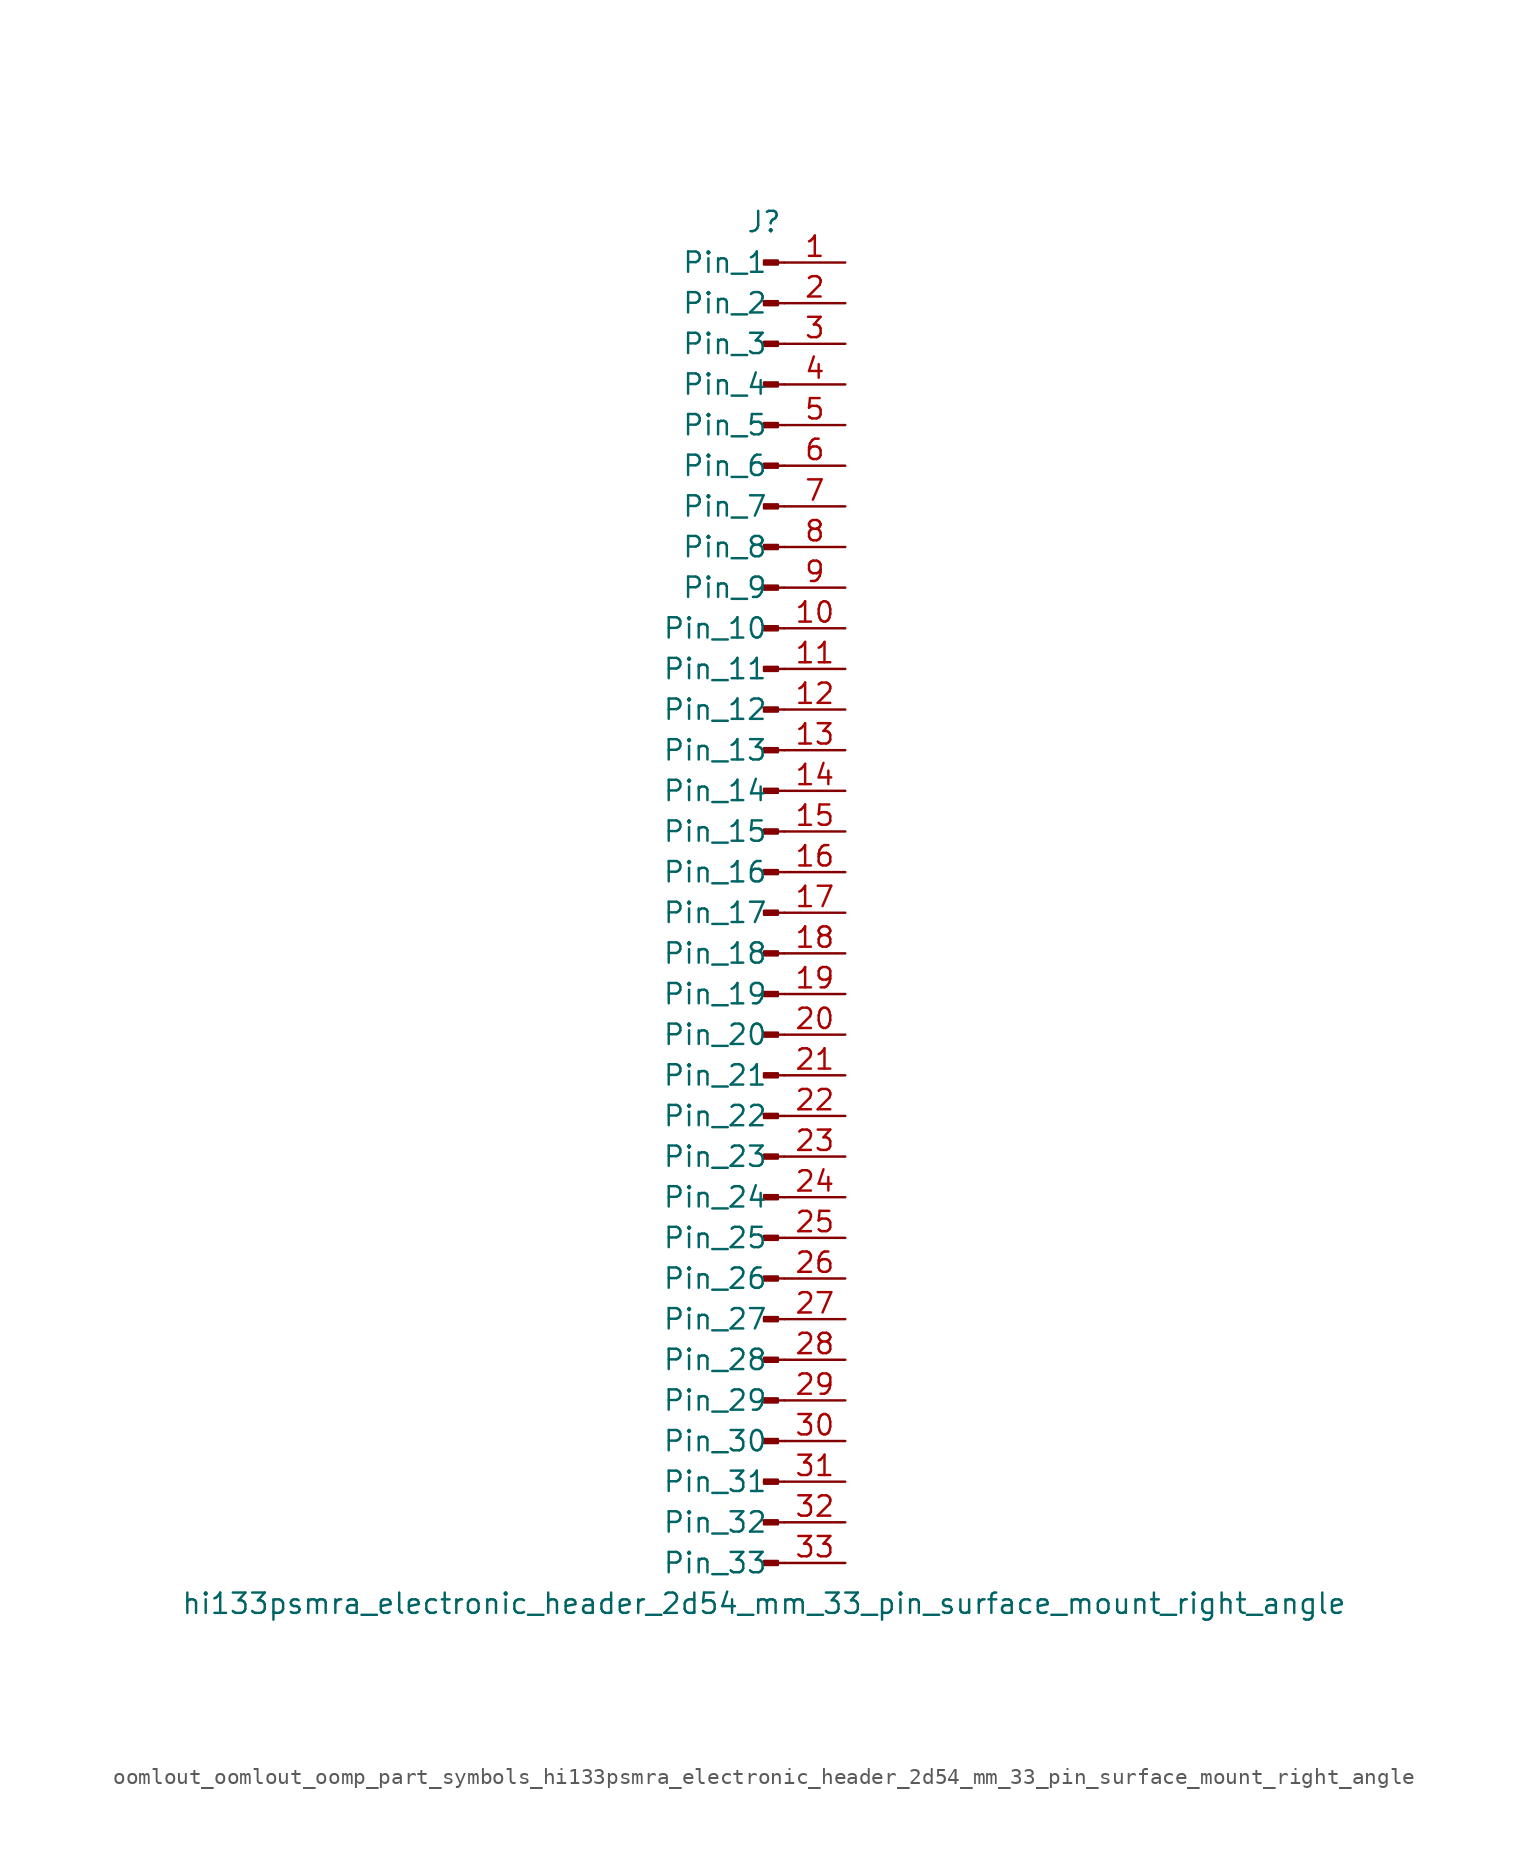
<source format=kicad_sym>
(kicad_symbol_lib
  (version 20220914)
  (generator kicad_symbol_editor)
  (symbol "oomlout_oomlout_oomp_part_symbols_hi133psmra_electronic_header_2d54_mm_33_pin_surface_mount_right_angle"
    (pin_names
      (offset 1.016))
    (property "Reference" "J"
      (at 0 43.18 0)
      (effects (font (size 1.27 1.27))))
    (property "Value" "hi133psmra_electronic_header_2d54_mm_33_pin_surface_mount_right_angle"
      (at 0 -43.18 0)
      (effects (font (size 1.27 1.27))))
    (property "ki_locked" ""
      (at 0 0 0)
      (effects (font (size 1.27 1.27))))
    (symbol "oomlout_oomlout_oomp_part_symbols_hi133psmra_electronic_header_2d54_mm_33_pin_surface_mount_right_angle_1_1"
      (polyline (pts (xy 1.27 -40.64) (xy 0.864 -40.64)) (stroke (width 0.152) (type default)) (fill (type none)))
      (polyline (pts (xy 1.27 -38.1) (xy 0.864 -38.1)) (stroke (width 0.152) (type default)) (fill (type none)))
      (polyline (pts (xy 1.27 -35.56) (xy 0.864 -35.56)) (stroke (width 0.152) (type default)) (fill (type none)))
      (polyline (pts (xy 1.27 -33.02) (xy 0.864 -33.02)) (stroke (width 0.152) (type default)) (fill (type none)))
      (polyline (pts (xy 1.27 -30.48) (xy 0.864 -30.48)) (stroke (width 0.152) (type default)) (fill (type none)))
      (polyline (pts (xy 1.27 -27.94) (xy 0.864 -27.94)) (stroke (width 0.152) (type default)) (fill (type none)))
      (polyline (pts (xy 1.27 -25.4) (xy 0.864 -25.4)) (stroke (width 0.152) (type default)) (fill (type none)))
      (polyline (pts (xy 1.27 -22.86) (xy 0.864 -22.86)) (stroke (width 0.152) (type default)) (fill (type none)))
      (polyline (pts (xy 1.27 -20.32) (xy 0.864 -20.32)) (stroke (width 0.152) (type default)) (fill (type none)))
      (polyline (pts (xy 1.27 -17.78) (xy 0.864 -17.78)) (stroke (width 0.152) (type default)) (fill (type none)))
      (polyline (pts (xy 1.27 -15.24) (xy 0.864 -15.24)) (stroke (width 0.152) (type default)) (fill (type none)))
      (polyline (pts (xy 1.27 -12.7) (xy 0.864 -12.7)) (stroke (width 0.152) (type default)) (fill (type none)))
      (polyline (pts (xy 1.27 -10.16) (xy 0.864 -10.16)) (stroke (width 0.152) (type default)) (fill (type none)))
      (polyline (pts (xy 1.27 -7.62) (xy 0.864 -7.62)) (stroke (width 0.152) (type default)) (fill (type none)))
      (polyline (pts (xy 1.27 -5.08) (xy 0.864 -5.08)) (stroke (width 0.152) (type default)) (fill (type none)))
      (polyline (pts (xy 1.27 -2.54) (xy 0.864 -2.54)) (stroke (width 0.152) (type default)) (fill (type none)))
      (polyline (pts (xy 1.27 0) (xy 0.864 0)) (stroke (width 0.152) (type default)) (fill (type none)))
      (polyline (pts (xy 1.27 2.54) (xy 0.864 2.54)) (stroke (width 0.152) (type default)) (fill (type none)))
      (polyline (pts (xy 1.27 5.08) (xy 0.864 5.08)) (stroke (width 0.152) (type default)) (fill (type none)))
      (polyline (pts (xy 1.27 7.62) (xy 0.864 7.62)) (stroke (width 0.152) (type default)) (fill (type none)))
      (polyline (pts (xy 1.27 10.16) (xy 0.864 10.16)) (stroke (width 0.152) (type default)) (fill (type none)))
      (polyline (pts (xy 1.27 12.7) (xy 0.864 12.7)) (stroke (width 0.152) (type default)) (fill (type none)))
      (polyline (pts (xy 1.27 15.24) (xy 0.864 15.24)) (stroke (width 0.152) (type default)) (fill (type none)))
      (polyline (pts (xy 1.27 17.78) (xy 0.864 17.78)) (stroke (width 0.152) (type default)) (fill (type none)))
      (polyline (pts (xy 1.27 20.32) (xy 0.864 20.32)) (stroke (width 0.152) (type default)) (fill (type none)))
      (polyline (pts (xy 1.27 22.86) (xy 0.864 22.86)) (stroke (width 0.152) (type default)) (fill (type none)))
      (polyline (pts (xy 1.27 25.4) (xy 0.864 25.4)) (stroke (width 0.152) (type default)) (fill (type none)))
      (polyline (pts (xy 1.27 27.94) (xy 0.864 27.94)) (stroke (width 0.152) (type default)) (fill (type none)))
      (polyline (pts (xy 1.27 30.48) (xy 0.864 30.48)) (stroke (width 0.152) (type default)) (fill (type none)))
      (polyline (pts (xy 1.27 33.02) (xy 0.864 33.02)) (stroke (width 0.152) (type default)) (fill (type none)))
      (polyline (pts (xy 1.27 35.56) (xy 0.864 35.56)) (stroke (width 0.152) (type default)) (fill (type none)))
      (polyline (pts (xy 1.27 38.1) (xy 0.864 38.1)) (stroke (width 0.152) (type default)) (fill (type none)))
      (polyline (pts (xy 1.27 40.64) (xy 0.864 40.64)) (stroke (width 0.152) (type default)) (fill (type none)))
      (rectangle (start 0.864 -40.513) (end 0 -40.767) (stroke (width 0.152) (type default)) (fill (type outline)))
      (rectangle (start 0.864 -37.973) (end 0 -38.227) (stroke (width 0.152) (type default)) (fill (type outline)))
      (rectangle (start 0.864 -35.433) (end 0 -35.687) (stroke (width 0.152) (type default)) (fill (type outline)))
      (rectangle (start 0.864 -32.893) (end 0 -33.147) (stroke (width 0.152) (type default)) (fill (type outline)))
      (rectangle (start 0.864 -30.353) (end 0 -30.607) (stroke (width 0.152) (type default)) (fill (type outline)))
      (rectangle (start 0.864 -27.813) (end 0 -28.067) (stroke (width 0.152) (type default)) (fill (type outline)))
      (rectangle (start 0.864 -25.273) (end 0 -25.527) (stroke (width 0.152) (type default)) (fill (type outline)))
      (rectangle (start 0.864 -22.733) (end 0 -22.987) (stroke (width 0.152) (type default)) (fill (type outline)))
      (rectangle (start 0.864 -20.193) (end 0 -20.447) (stroke (width 0.152) (type default)) (fill (type outline)))
      (rectangle (start 0.864 -17.653) (end 0 -17.907) (stroke (width 0.152) (type default)) (fill (type outline)))
      (rectangle (start 0.864 -15.113) (end 0 -15.367) (stroke (width 0.152) (type default)) (fill (type outline)))
      (rectangle (start 0.864 -12.573) (end 0 -12.827) (stroke (width 0.152) (type default)) (fill (type outline)))
      (rectangle (start 0.864 -10.033) (end 0 -10.287) (stroke (width 0.152) (type default)) (fill (type outline)))
      (rectangle (start 0.864 -7.493) (end 0 -7.747) (stroke (width 0.152) (type default)) (fill (type outline)))
      (rectangle (start 0.864 -4.953) (end 0 -5.207) (stroke (width 0.152) (type default)) (fill (type outline)))
      (rectangle (start 0.864 -2.413) (end 0 -2.667) (stroke (width 0.152) (type default)) (fill (type outline)))
      (rectangle (start 0.864 0.127) (end 0 -0.127) (stroke (width 0.152) (type default)) (fill (type outline)))
      (rectangle (start 0.864 2.667) (end 0 2.413) (stroke (width 0.152) (type default)) (fill (type outline)))
      (rectangle (start 0.864 5.207) (end 0 4.953) (stroke (width 0.152) (type default)) (fill (type outline)))
      (rectangle (start 0.864 7.747) (end 0 7.493) (stroke (width 0.152) (type default)) (fill (type outline)))
      (rectangle (start 0.864 10.287) (end 0 10.033) (stroke (width 0.152) (type default)) (fill (type outline)))
      (rectangle (start 0.864 12.827) (end 0 12.573) (stroke (width 0.152) (type default)) (fill (type outline)))
      (rectangle (start 0.864 15.367) (end 0 15.113) (stroke (width 0.152) (type default)) (fill (type outline)))
      (rectangle (start 0.864 17.907) (end 0 17.653) (stroke (width 0.152) (type default)) (fill (type outline)))
      (rectangle (start 0.864 20.447) (end 0 20.193) (stroke (width 0.152) (type default)) (fill (type outline)))
      (rectangle (start 0.864 22.987) (end 0 22.733) (stroke (width 0.152) (type default)) (fill (type outline)))
      (rectangle (start 0.864 25.527) (end 0 25.273) (stroke (width 0.152) (type default)) (fill (type outline)))
      (rectangle (start 0.864 28.067) (end 0 27.813) (stroke (width 0.152) (type default)) (fill (type outline)))
      (rectangle (start 0.864 30.607) (end 0 30.353) (stroke (width 0.152) (type default)) (fill (type outline)))
      (rectangle (start 0.864 33.147) (end 0 32.893) (stroke (width 0.152) (type default)) (fill (type outline)))
      (rectangle (start 0.864 35.687) (end 0 35.433) (stroke (width 0.152) (type default)) (fill (type outline)))
      (rectangle (start 0.864 38.227) (end 0 37.973) (stroke (width 0.152) (type default)) (fill (type outline)))
      (rectangle (start 0.864 40.767) (end 0 40.513) (stroke (width 0.152) (type default)) (fill (type outline)))
      (pin passive line (at 5.08 40.64 180) (length 3.81) (name "Pin_1" (effects (font (size 1.27 1.27)))) (number "1" (effects (font (size 1.27 1.27)))))
      (pin passive line (at 5.08 17.78 180) (length 3.81) (name "Pin_10" (effects (font (size 1.27 1.27)))) (number "10" (effects (font (size 1.27 1.27)))))
      (pin passive line (at 5.08 15.24 180) (length 3.81) (name "Pin_11" (effects (font (size 1.27 1.27)))) (number "11" (effects (font (size 1.27 1.27)))))
      (pin passive line (at 5.08 12.7 180) (length 3.81) (name "Pin_12" (effects (font (size 1.27 1.27)))) (number "12" (effects (font (size 1.27 1.27)))))
      (pin passive line (at 5.08 10.16 180) (length 3.81) (name "Pin_13" (effects (font (size 1.27 1.27)))) (number "13" (effects (font (size 1.27 1.27)))))
      (pin passive line (at 5.08 7.62 180) (length 3.81) (name "Pin_14" (effects (font (size 1.27 1.27)))) (number "14" (effects (font (size 1.27 1.27)))))
      (pin passive line (at 5.08 5.08 180) (length 3.81) (name "Pin_15" (effects (font (size 1.27 1.27)))) (number "15" (effects (font (size 1.27 1.27)))))
      (pin passive line (at 5.08 2.54 180) (length 3.81) (name "Pin_16" (effects (font (size 1.27 1.27)))) (number "16" (effects (font (size 1.27 1.27)))))
      (pin passive line (at 5.08 0 180) (length 3.81) (name "Pin_17" (effects (font (size 1.27 1.27)))) (number "17" (effects (font (size 1.27 1.27)))))
      (pin passive line (at 5.08 -2.54 180) (length 3.81) (name "Pin_18" (effects (font (size 1.27 1.27)))) (number "18" (effects (font (size 1.27 1.27)))))
      (pin passive line (at 5.08 -5.08 180) (length 3.81) (name "Pin_19" (effects (font (size 1.27 1.27)))) (number "19" (effects (font (size 1.27 1.27)))))
      (pin passive line (at 5.08 38.1 180) (length 3.81) (name "Pin_2" (effects (font (size 1.27 1.27)))) (number "2" (effects (font (size 1.27 1.27)))))
      (pin passive line (at 5.08 -7.62 180) (length 3.81) (name "Pin_20" (effects (font (size 1.27 1.27)))) (number "20" (effects (font (size 1.27 1.27)))))
      (pin passive line (at 5.08 -10.16 180) (length 3.81) (name "Pin_21" (effects (font (size 1.27 1.27)))) (number "21" (effects (font (size 1.27 1.27)))))
      (pin passive line (at 5.08 -12.7 180) (length 3.81) (name "Pin_22" (effects (font (size 1.27 1.27)))) (number "22" (effects (font (size 1.27 1.27)))))
      (pin passive line (at 5.08 -15.24 180) (length 3.81) (name "Pin_23" (effects (font (size 1.27 1.27)))) (number "23" (effects (font (size 1.27 1.27)))))
      (pin passive line (at 5.08 -17.78 180) (length 3.81) (name "Pin_24" (effects (font (size 1.27 1.27)))) (number "24" (effects (font (size 1.27 1.27)))))
      (pin passive line (at 5.08 -20.32 180) (length 3.81) (name "Pin_25" (effects (font (size 1.27 1.27)))) (number "25" (effects (font (size 1.27 1.27)))))
      (pin passive line (at 5.08 -22.86 180) (length 3.81) (name "Pin_26" (effects (font (size 1.27 1.27)))) (number "26" (effects (font (size 1.27 1.27)))))
      (pin passive line (at 5.08 -25.4 180) (length 3.81) (name "Pin_27" (effects (font (size 1.27 1.27)))) (number "27" (effects (font (size 1.27 1.27)))))
      (pin passive line (at 5.08 -27.94 180) (length 3.81) (name "Pin_28" (effects (font (size 1.27 1.27)))) (number "28" (effects (font (size 1.27 1.27)))))
      (pin passive line (at 5.08 -30.48 180) (length 3.81) (name "Pin_29" (effects (font (size 1.27 1.27)))) (number "29" (effects (font (size 1.27 1.27)))))
      (pin passive line (at 5.08 35.56 180) (length 3.81) (name "Pin_3" (effects (font (size 1.27 1.27)))) (number "3" (effects (font (size 1.27 1.27)))))
      (pin passive line (at 5.08 -33.02 180) (length 3.81) (name "Pin_30" (effects (font (size 1.27 1.27)))) (number "30" (effects (font (size 1.27 1.27)))))
      (pin passive line (at 5.08 -35.56 180) (length 3.81) (name "Pin_31" (effects (font (size 1.27 1.27)))) (number "31" (effects (font (size 1.27 1.27)))))
      (pin passive line (at 5.08 -38.1 180) (length 3.81) (name "Pin_32" (effects (font (size 1.27 1.27)))) (number "32" (effects (font (size 1.27 1.27)))))
      (pin passive line (at 5.08 -40.64 180) (length 3.81) (name "Pin_33" (effects (font (size 1.27 1.27)))) (number "33" (effects (font (size 1.27 1.27)))))
      (pin passive line (at 5.08 33.02 180) (length 3.81) (name "Pin_4" (effects (font (size 1.27 1.27)))) (number "4" (effects (font (size 1.27 1.27)))))
      (pin passive line (at 5.08 30.48 180) (length 3.81) (name "Pin_5" (effects (font (size 1.27 1.27)))) (number "5" (effects (font (size 1.27 1.27)))))
      (pin passive line (at 5.08 27.94 180) (length 3.81) (name "Pin_6" (effects (font (size 1.27 1.27)))) (number "6" (effects (font (size 1.27 1.27)))))
      (pin passive line (at 5.08 25.4 180) (length 3.81) (name "Pin_7" (effects (font (size 1.27 1.27)))) (number "7" (effects (font (size 1.27 1.27)))))
      (pin passive line (at 5.08 22.86 180) (length 3.81) (name "Pin_8" (effects (font (size 1.27 1.27)))) (number "8" (effects (font (size 1.27 1.27)))))
      (pin passive line (at 5.08 20.32 180) (length 3.81) (name "Pin_9" (effects (font (size 1.27 1.27)))) (number "9" (effects (font (size 1.27 1.27))))))))
</source>
